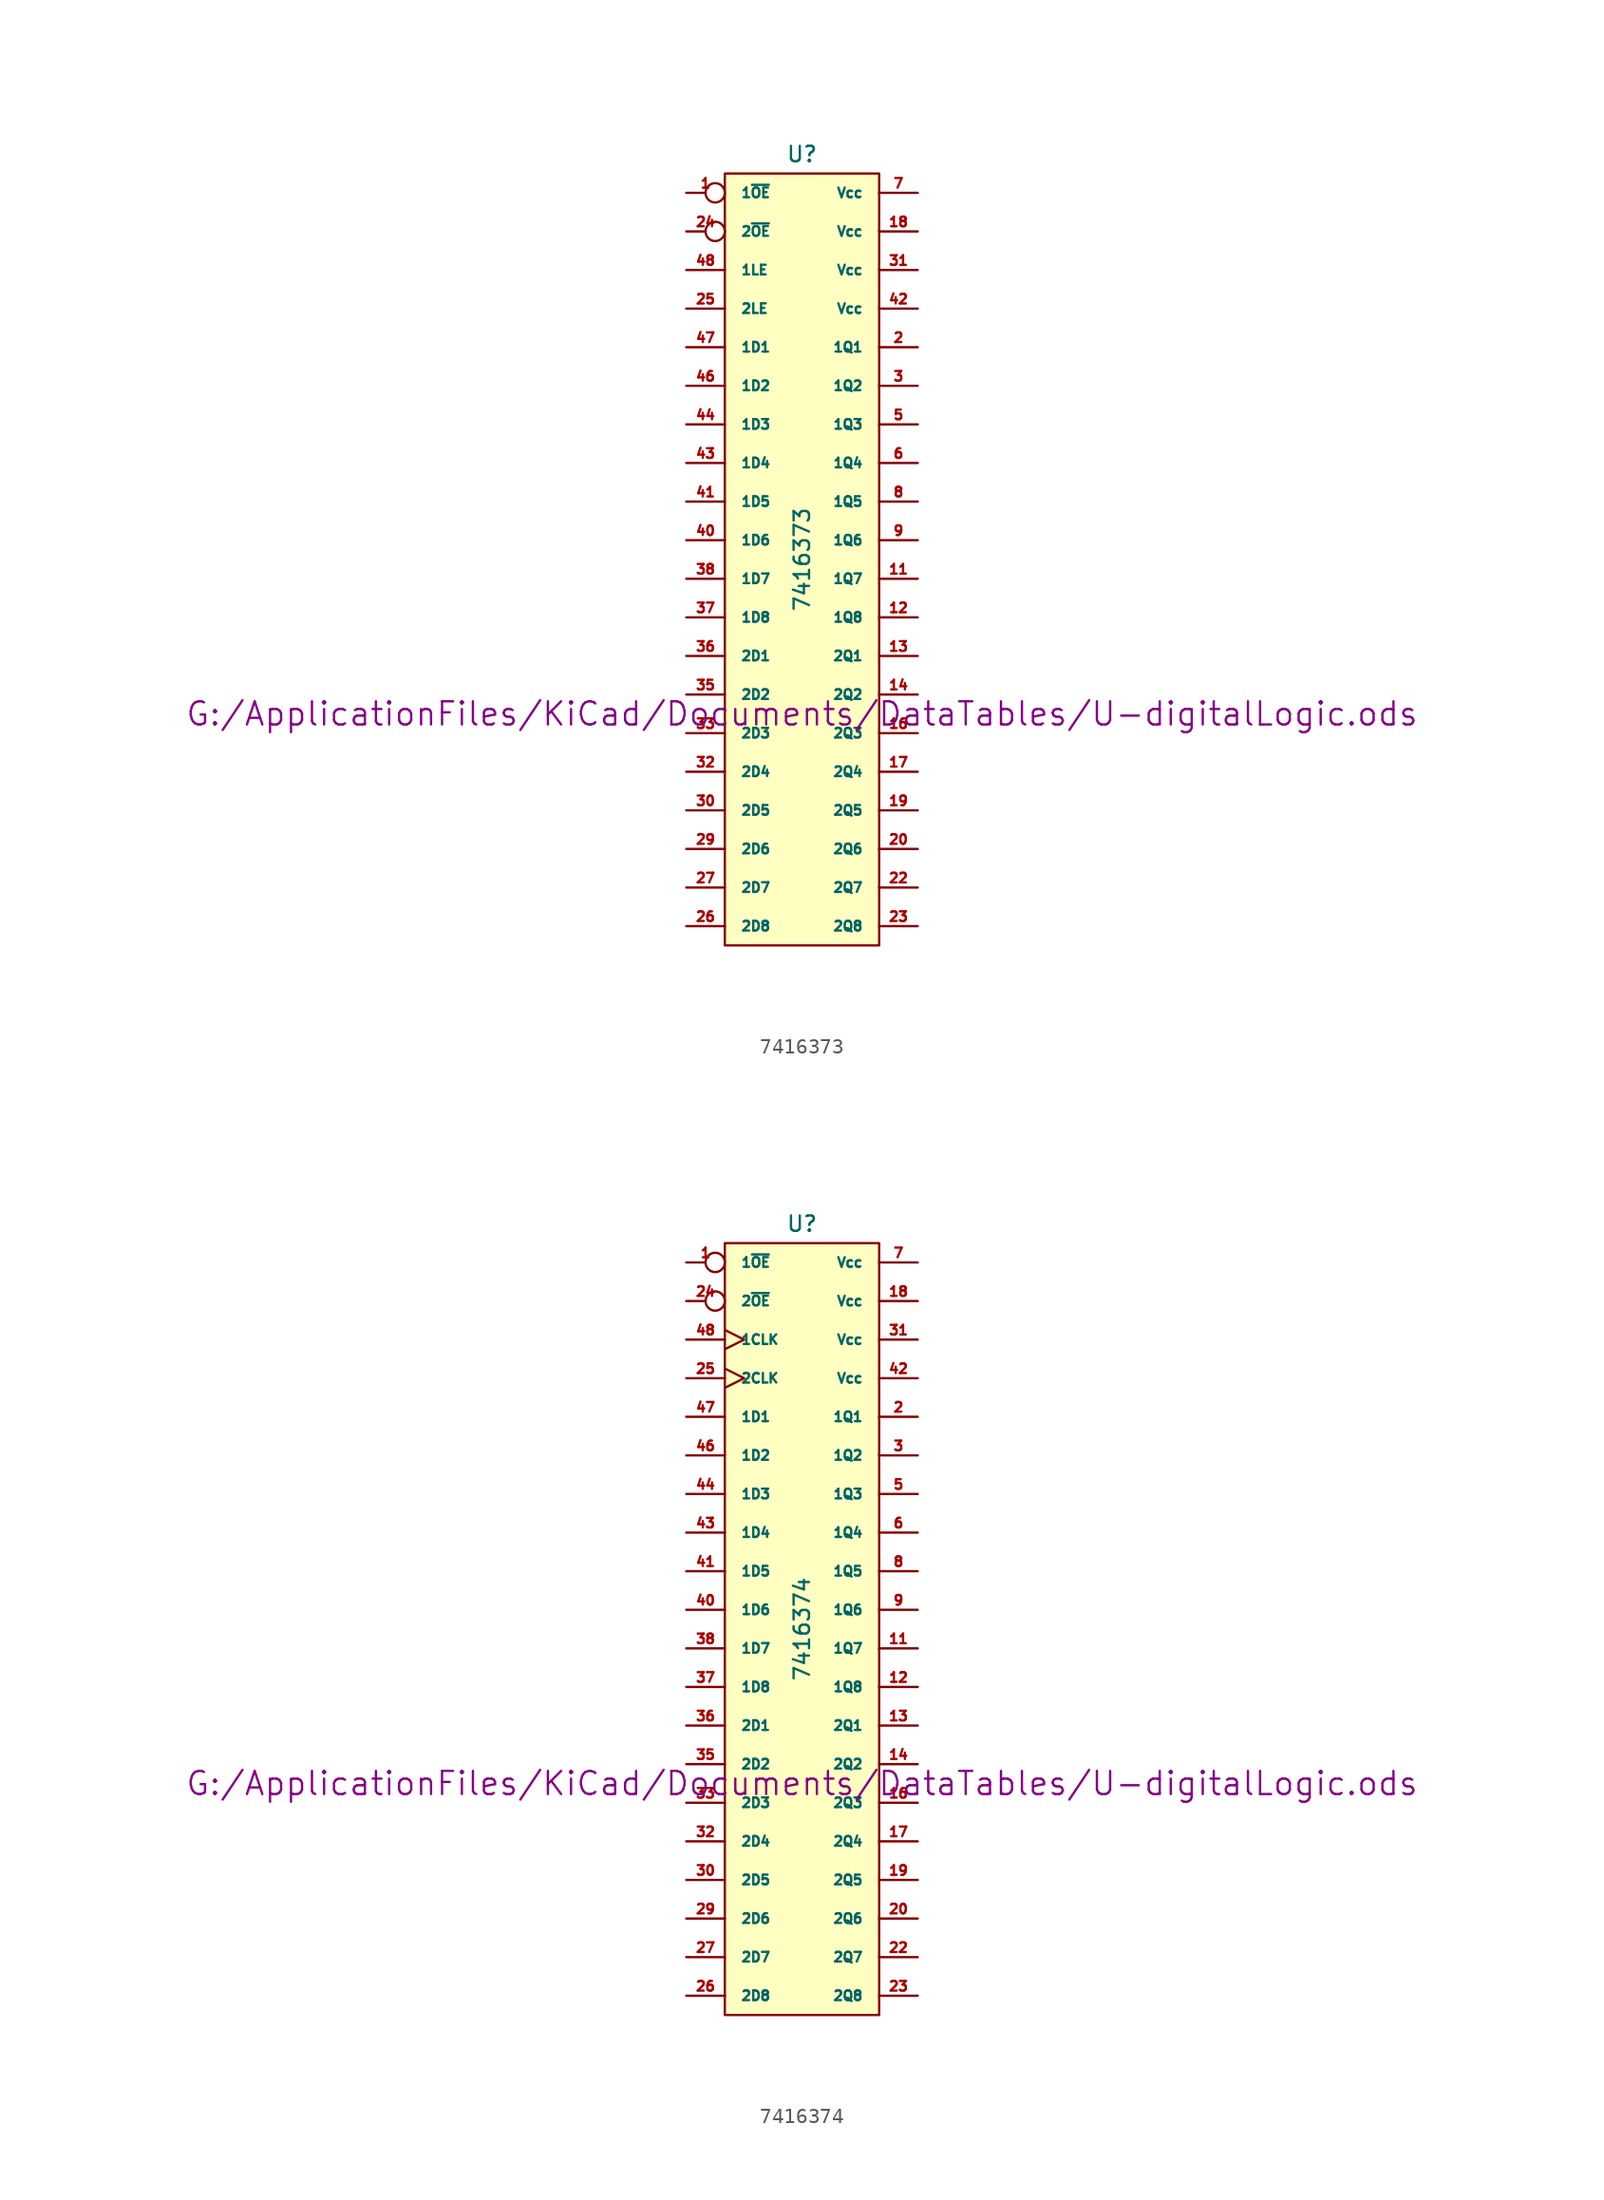
<source format=kicad_sym>
(kicad_symbol_lib
  (version 20211014)
  (generator kicad_symbol_editor)
  (symbol "7416373"
    (pin_names
      (offset 1.016))
    (property "Reference" "U"
      (at 0 26.67 0)
      (effects (font (size 1.016 1.016))))
    (property "Value" "7416373"
      (at 0 0 90)
      (effects (font (size 1.016 1.016))))
    (property "Footprint" ""
      (at 0 -10.16 0)
      (effects (font (size 1.524 1.524))))
    (property "Datasheet" "G:/ApplicationFiles/KiCad/Documents/DataTables/U-digitalLogic.ods"
      (at 0 -10.16 0)
      (effects (font (size 1.524 1.524))))
    (symbol "7416373_0_1"
      (rectangle (start -5.08 25.4) (end 5.08 -25.4) (stroke (width 0) (type default) (color 0 0 0 0)) (fill (type background))))
    (symbol "7416373_1_0"
      (pin power_in line (at -3.81 -25.4 270) (length 0) hide (name "DGND" (effects (font (size 0.762 0.762)))) (number "10" (effects (font (size 0.762 0.762)))))
      (pin power_in line (at -2.54 -25.4 270) (length 0) hide (name "DGND" (effects (font (size 0.762 0.762)))) (number "15" (effects (font (size 0.762 0.762)))))
      (pin power_in line (at -1.27 -25.4 270) (length 0) hide (name "DGND" (effects (font (size 0.762 0.762)))) (number "21" (effects (font (size 0.762 0.762)))))
      (pin power_in line (at 0 -25.4 270) (length 0) hide (name "DGND" (effects (font (size 0.762 0.762)))) (number "28" (effects (font (size 0.762 0.762)))))
      (pin power_in line (at 1.27 -25.4 270) (length 0) hide (name "DGND" (effects (font (size 0.762 0.762)))) (number "34" (effects (font (size 0.762 0.762)))))
      (pin power_in line (at 2.54 -25.4 270) (length 0) hide (name "DGND" (effects (font (size 0.762 0.762)))) (number "39" (effects (font (size 0.762 0.762)))))
      (pin power_in line (at -5.08 -25.4 270) (length 0) hide (name "DGND" (effects (font (size 0.762 0.762)))) (number "4" (effects (font (size 0.762 0.762)))))
      (pin power_in line (at 3.81 -25.4 270) (length 0) hide (name "DGND" (effects (font (size 0.762 0.762)))) (number "45" (effects (font (size 0.762 0.762))))))
    (symbol "7416373_1_1"
      (pin input inverted (at -7.62 24.13 0) (length 2.54) (name "1~{OE}" (effects (font (size 0.635 0.635)))) (number "1" (effects (font (size 0.635 0.635)))))
      (pin tri_state line (at 7.62 -1.27 180) (length 2.54) (name "1Q7" (effects (font (size 0.635 0.635)))) (number "11" (effects (font (size 0.635 0.635)))))
      (pin tri_state line (at 7.62 -3.81 180) (length 2.54) (name "1Q8" (effects (font (size 0.635 0.635)))) (number "12" (effects (font (size 0.635 0.635)))))
      (pin tri_state line (at 7.62 -6.35 180) (length 2.54) (name "2Q1" (effects (font (size 0.635 0.635)))) (number "13" (effects (font (size 0.635 0.635)))))
      (pin tri_state line (at 7.62 -8.89 180) (length 2.54) (name "2Q2" (effects (font (size 0.635 0.635)))) (number "14" (effects (font (size 0.635 0.635)))))
      (pin tri_state line (at 7.62 -11.43 180) (length 2.54) (name "2Q3" (effects (font (size 0.635 0.635)))) (number "16" (effects (font (size 0.635 0.635)))))
      (pin tri_state line (at 7.62 -13.97 180) (length 2.54) (name "2Q4" (effects (font (size 0.635 0.635)))) (number "17" (effects (font (size 0.635 0.635)))))
      (pin power_in line (at 7.62 21.59 180) (length 2.54) (name "Vcc" (effects (font (size 0.635 0.635)))) (number "18" (effects (font (size 0.635 0.635)))))
      (pin tri_state line (at 7.62 -16.51 180) (length 2.54) (name "2Q5" (effects (font (size 0.635 0.635)))) (number "19" (effects (font (size 0.635 0.635)))))
      (pin tri_state line (at 7.62 13.97 180) (length 2.54) (name "1Q1" (effects (font (size 0.635 0.635)))) (number "2" (effects (font (size 0.635 0.635)))))
      (pin tri_state line (at 7.62 -19.05 180) (length 2.54) (name "2Q6" (effects (font (size 0.635 0.635)))) (number "20" (effects (font (size 0.635 0.635)))))
      (pin tri_state line (at 7.62 -21.59 180) (length 2.54) (name "2Q7" (effects (font (size 0.635 0.635)))) (number "22" (effects (font (size 0.635 0.635)))))
      (pin tri_state line (at 7.62 -24.13 180) (length 2.54) (name "2Q8" (effects (font (size 0.635 0.635)))) (number "23" (effects (font (size 0.635 0.635)))))
      (pin input inverted (at -7.62 21.59 0) (length 2.54) (name "2~{OE}" (effects (font (size 0.635 0.635)))) (number "24" (effects (font (size 0.635 0.635)))))
      (pin input line (at -7.62 16.51 0) (length 2.54) (name "2LE" (effects (font (size 0.635 0.635)))) (number "25" (effects (font (size 0.635 0.635)))))
      (pin input line (at -7.62 -24.13 0) (length 2.54) (name "2D8" (effects (font (size 0.635 0.635)))) (number "26" (effects (font (size 0.635 0.635)))))
      (pin input line (at -7.62 -21.59 0) (length 2.54) (name "2D7" (effects (font (size 0.635 0.635)))) (number "27" (effects (font (size 0.635 0.635)))))
      (pin input line (at -7.62 -19.05 0) (length 2.54) (name "2D6" (effects (font (size 0.635 0.635)))) (number "29" (effects (font (size 0.635 0.635)))))
      (pin tri_state line (at 7.62 11.43 180) (length 2.54) (name "1Q2" (effects (font (size 0.635 0.635)))) (number "3" (effects (font (size 0.635 0.635)))))
      (pin input line (at -7.62 -16.51 0) (length 2.54) (name "2D5" (effects (font (size 0.635 0.635)))) (number "30" (effects (font (size 0.635 0.635)))))
      (pin power_in line (at 7.62 19.05 180) (length 2.54) (name "Vcc" (effects (font (size 0.635 0.635)))) (number "31" (effects (font (size 0.635 0.635)))))
      (pin input line (at -7.62 -13.97 0) (length 2.54) (name "2D4" (effects (font (size 0.635 0.635)))) (number "32" (effects (font (size 0.635 0.635)))))
      (pin input line (at -7.62 -11.43 0) (length 2.54) (name "2D3" (effects (font (size 0.635 0.635)))) (number "33" (effects (font (size 0.635 0.635)))))
      (pin input line (at -7.62 -8.89 0) (length 2.54) (name "2D2" (effects (font (size 0.635 0.635)))) (number "35" (effects (font (size 0.635 0.635)))))
      (pin input line (at -7.62 -6.35 0) (length 2.54) (name "2D1" (effects (font (size 0.635 0.635)))) (number "36" (effects (font (size 0.635 0.635)))))
      (pin input line (at -7.62 -3.81 0) (length 2.54) (name "1D8" (effects (font (size 0.635 0.635)))) (number "37" (effects (font (size 0.635 0.635)))))
      (pin input line (at -7.62 -1.27 0) (length 2.54) (name "1D7" (effects (font (size 0.635 0.635)))) (number "38" (effects (font (size 0.635 0.635)))))
      (pin input line (at -7.62 1.27 0) (length 2.54) (name "1D6" (effects (font (size 0.635 0.635)))) (number "40" (effects (font (size 0.635 0.635)))))
      (pin input line (at -7.62 3.81 0) (length 2.54) (name "1D5" (effects (font (size 0.635 0.635)))) (number "41" (effects (font (size 0.635 0.635)))))
      (pin power_in line (at 7.62 16.51 180) (length 2.54) (name "Vcc" (effects (font (size 0.635 0.635)))) (number "42" (effects (font (size 0.635 0.635)))))
      (pin input line (at -7.62 6.35 0) (length 2.54) (name "1D4" (effects (font (size 0.635 0.635)))) (number "43" (effects (font (size 0.635 0.635)))))
      (pin input line (at -7.62 8.89 0) (length 2.54) (name "1D3" (effects (font (size 0.635 0.635)))) (number "44" (effects (font (size 0.635 0.635)))))
      (pin input line (at -7.62 11.43 0) (length 2.54) (name "1D2" (effects (font (size 0.635 0.635)))) (number "46" (effects (font (size 0.635 0.635)))))
      (pin input line (at -7.62 13.97 0) (length 2.54) (name "1D1" (effects (font (size 0.635 0.635)))) (number "47" (effects (font (size 0.635 0.635)))))
      (pin input line (at -7.62 19.05 0) (length 2.54) (name "1LE" (effects (font (size 0.635 0.635)))) (number "48" (effects (font (size 0.635 0.635)))))
      (pin tri_state line (at 7.62 8.89 180) (length 2.54) (name "1Q3" (effects (font (size 0.635 0.635)))) (number "5" (effects (font (size 0.635 0.635)))))
      (pin tri_state line (at 7.62 6.35 180) (length 2.54) (name "1Q4" (effects (font (size 0.635 0.635)))) (number "6" (effects (font (size 0.635 0.635)))))
      (pin power_in line (at 7.62 24.13 180) (length 2.54) (name "Vcc" (effects (font (size 0.635 0.635)))) (number "7" (effects (font (size 0.635 0.635)))))
      (pin tri_state line (at 7.62 3.81 180) (length 2.54) (name "1Q5" (effects (font (size 0.635 0.635)))) (number "8" (effects (font (size 0.635 0.635)))))
      (pin tri_state line (at 7.62 1.27 180) (length 2.54) (name "1Q6" (effects (font (size 0.635 0.635)))) (number "9" (effects (font (size 0.635 0.635)))))))
  (symbol "7416374"
    (pin_names
      (offset 1.016))
    (property "Reference" "U"
      (at 0 26.67 0)
      (effects (font (size 1.016 1.016))))
    (property "Value" "7416374"
      (at 0 0 90)
      (effects (font (size 1.016 1.016))))
    (property "Footprint" ""
      (at 0 -10.16 0)
      (effects (font (size 1.524 1.524))))
    (property "Datasheet" "G:/ApplicationFiles/KiCad/Documents/DataTables/U-digitalLogic.ods"
      (at 0 -10.16 0)
      (effects (font (size 1.524 1.524))))
    (symbol "7416374_0_1"
      (rectangle (start -5.08 25.4) (end 5.08 -25.4) (stroke (width 0) (type default) (color 0 0 0 0)) (fill (type background))))
    (symbol "7416374_1_0"
      (pin power_in line (at -3.81 -25.4 270) (length 0) hide (name "DGND" (effects (font (size 0.762 0.762)))) (number "10" (effects (font (size 0.762 0.762)))))
      (pin power_in line (at -2.54 -25.4 270) (length 0) hide (name "DGND" (effects (font (size 0.762 0.762)))) (number "15" (effects (font (size 0.762 0.762)))))
      (pin power_in line (at -1.27 -25.4 270) (length 0) hide (name "DGND" (effects (font (size 0.762 0.762)))) (number "21" (effects (font (size 0.762 0.762)))))
      (pin power_in line (at 0 -25.4 270) (length 0) hide (name "DGND" (effects (font (size 0.762 0.762)))) (number "28" (effects (font (size 0.762 0.762)))))
      (pin power_in line (at 1.27 -25.4 270) (length 0) hide (name "DGND" (effects (font (size 0.762 0.762)))) (number "34" (effects (font (size 0.762 0.762)))))
      (pin power_in line (at 2.54 -25.4 270) (length 0) hide (name "DGND" (effects (font (size 0.762 0.762)))) (number "39" (effects (font (size 0.762 0.762)))))
      (pin power_in line (at -5.08 -25.4 270) (length 0) hide (name "DGND" (effects (font (size 0.762 0.762)))) (number "4" (effects (font (size 0.762 0.762)))))
      (pin power_in line (at 3.81 -25.4 270) (length 0) hide (name "DGND" (effects (font (size 0.762 0.762)))) (number "45" (effects (font (size 0.762 0.762))))))
    (symbol "7416374_1_1"
      (pin input inverted (at -7.62 24.13 0) (length 2.54) (name "1~{OE}" (effects (font (size 0.635 0.635)))) (number "1" (effects (font (size 0.635 0.635)))))
      (pin tri_state line (at 7.62 -1.27 180) (length 2.54) (name "1Q7" (effects (font (size 0.635 0.635)))) (number "11" (effects (font (size 0.635 0.635)))))
      (pin tri_state line (at 7.62 -3.81 180) (length 2.54) (name "1Q8" (effects (font (size 0.635 0.635)))) (number "12" (effects (font (size 0.635 0.635)))))
      (pin tri_state line (at 7.62 -6.35 180) (length 2.54) (name "2Q1" (effects (font (size 0.635 0.635)))) (number "13" (effects (font (size 0.635 0.635)))))
      (pin tri_state line (at 7.62 -8.89 180) (length 2.54) (name "2Q2" (effects (font (size 0.635 0.635)))) (number "14" (effects (font (size 0.635 0.635)))))
      (pin tri_state line (at 7.62 -11.43 180) (length 2.54) (name "2Q3" (effects (font (size 0.635 0.635)))) (number "16" (effects (font (size 0.635 0.635)))))
      (pin tri_state line (at 7.62 -13.97 180) (length 2.54) (name "2Q4" (effects (font (size 0.635 0.635)))) (number "17" (effects (font (size 0.635 0.635)))))
      (pin power_in line (at 7.62 21.59 180) (length 2.54) (name "Vcc" (effects (font (size 0.635 0.635)))) (number "18" (effects (font (size 0.635 0.635)))))
      (pin tri_state line (at 7.62 -16.51 180) (length 2.54) (name "2Q5" (effects (font (size 0.635 0.635)))) (number "19" (effects (font (size 0.635 0.635)))))
      (pin tri_state line (at 7.62 13.97 180) (length 2.54) (name "1Q1" (effects (font (size 0.635 0.635)))) (number "2" (effects (font (size 0.635 0.635)))))
      (pin tri_state line (at 7.62 -19.05 180) (length 2.54) (name "2Q6" (effects (font (size 0.635 0.635)))) (number "20" (effects (font (size 0.635 0.635)))))
      (pin tri_state line (at 7.62 -21.59 180) (length 2.54) (name "2Q7" (effects (font (size 0.635 0.635)))) (number "22" (effects (font (size 0.635 0.635)))))
      (pin tri_state line (at 7.62 -24.13 180) (length 2.54) (name "2Q8" (effects (font (size 0.635 0.635)))) (number "23" (effects (font (size 0.635 0.635)))))
      (pin input inverted (at -7.62 21.59 0) (length 2.54) (name "2~{OE}" (effects (font (size 0.635 0.635)))) (number "24" (effects (font (size 0.635 0.635)))))
      (pin input clock (at -7.62 16.51 0) (length 2.54) (name "2CLK" (effects (font (size 0.635 0.635)))) (number "25" (effects (font (size 0.635 0.635)))))
      (pin input line (at -7.62 -24.13 0) (length 2.54) (name "2D8" (effects (font (size 0.635 0.635)))) (number "26" (effects (font (size 0.635 0.635)))))
      (pin input line (at -7.62 -21.59 0) (length 2.54) (name "2D7" (effects (font (size 0.635 0.635)))) (number "27" (effects (font (size 0.635 0.635)))))
      (pin input line (at -7.62 -19.05 0) (length 2.54) (name "2D6" (effects (font (size 0.635 0.635)))) (number "29" (effects (font (size 0.635 0.635)))))
      (pin tri_state line (at 7.62 11.43 180) (length 2.54) (name "1Q2" (effects (font (size 0.635 0.635)))) (number "3" (effects (font (size 0.635 0.635)))))
      (pin input line (at -7.62 -16.51 0) (length 2.54) (name "2D5" (effects (font (size 0.635 0.635)))) (number "30" (effects (font (size 0.635 0.635)))))
      (pin power_in line (at 7.62 19.05 180) (length 2.54) (name "Vcc" (effects (font (size 0.635 0.635)))) (number "31" (effects (font (size 0.635 0.635)))))
      (pin input line (at -7.62 -13.97 0) (length 2.54) (name "2D4" (effects (font (size 0.635 0.635)))) (number "32" (effects (font (size 0.635 0.635)))))
      (pin input line (at -7.62 -11.43 0) (length 2.54) (name "2D3" (effects (font (size 0.635 0.635)))) (number "33" (effects (font (size 0.635 0.635)))))
      (pin input line (at -7.62 -8.89 0) (length 2.54) (name "2D2" (effects (font (size 0.635 0.635)))) (number "35" (effects (font (size 0.635 0.635)))))
      (pin input line (at -7.62 -6.35 0) (length 2.54) (name "2D1" (effects (font (size 0.635 0.635)))) (number "36" (effects (font (size 0.635 0.635)))))
      (pin input line (at -7.62 -3.81 0) (length 2.54) (name "1D8" (effects (font (size 0.635 0.635)))) (number "37" (effects (font (size 0.635 0.635)))))
      (pin input line (at -7.62 -1.27 0) (length 2.54) (name "1D7" (effects (font (size 0.635 0.635)))) (number "38" (effects (font (size 0.635 0.635)))))
      (pin input line (at -7.62 1.27 0) (length 2.54) (name "1D6" (effects (font (size 0.635 0.635)))) (number "40" (effects (font (size 0.635 0.635)))))
      (pin input line (at -7.62 3.81 0) (length 2.54) (name "1D5" (effects (font (size 0.635 0.635)))) (number "41" (effects (font (size 0.635 0.635)))))
      (pin power_in line (at 7.62 16.51 180) (length 2.54) (name "Vcc" (effects (font (size 0.635 0.635)))) (number "42" (effects (font (size 0.635 0.635)))))
      (pin input line (at -7.62 6.35 0) (length 2.54) (name "1D4" (effects (font (size 0.635 0.635)))) (number "43" (effects (font (size 0.635 0.635)))))
      (pin input line (at -7.62 8.89 0) (length 2.54) (name "1D3" (effects (font (size 0.635 0.635)))) (number "44" (effects (font (size 0.635 0.635)))))
      (pin input line (at -7.62 11.43 0) (length 2.54) (name "1D2" (effects (font (size 0.635 0.635)))) (number "46" (effects (font (size 0.635 0.635)))))
      (pin input line (at -7.62 13.97 0) (length 2.54) (name "1D1" (effects (font (size 0.635 0.635)))) (number "47" (effects (font (size 0.635 0.635)))))
      (pin input clock (at -7.62 19.05 0) (length 2.54) (name "1CLK" (effects (font (size 0.635 0.635)))) (number "48" (effects (font (size 0.635 0.635)))))
      (pin tri_state line (at 7.62 8.89 180) (length 2.54) (name "1Q3" (effects (font (size 0.635 0.635)))) (number "5" (effects (font (size 0.635 0.635)))))
      (pin tri_state line (at 7.62 6.35 180) (length 2.54) (name "1Q4" (effects (font (size 0.635 0.635)))) (number "6" (effects (font (size 0.635 0.635)))))
      (pin power_in line (at 7.62 24.13 180) (length 2.54) (name "Vcc" (effects (font (size 0.635 0.635)))) (number "7" (effects (font (size 0.635 0.635)))))
      (pin tri_state line (at 7.62 3.81 180) (length 2.54) (name "1Q5" (effects (font (size 0.635 0.635)))) (number "8" (effects (font (size 0.635 0.635)))))
      (pin tri_state line (at 7.62 1.27 180) (length 2.54) (name "1Q6" (effects (font (size 0.635 0.635)))) (number "9" (effects (font (size 0.635 0.635))))))))
</source>
